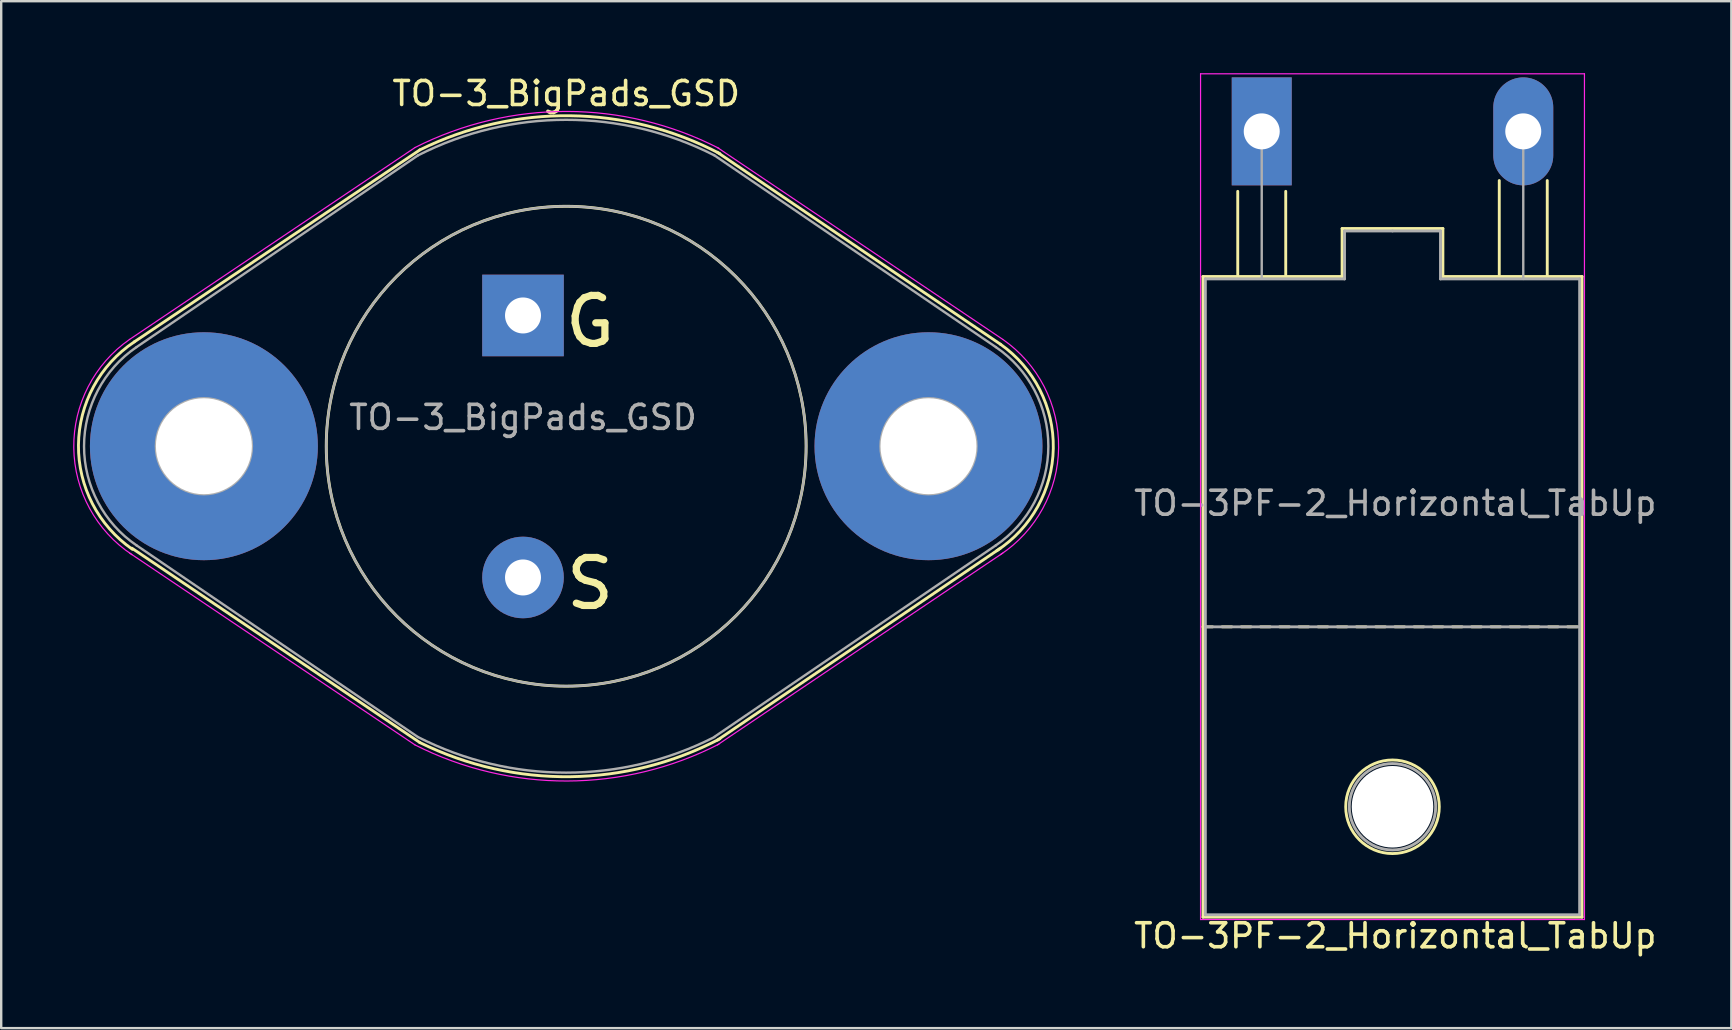
<source format=kicad_pcb>
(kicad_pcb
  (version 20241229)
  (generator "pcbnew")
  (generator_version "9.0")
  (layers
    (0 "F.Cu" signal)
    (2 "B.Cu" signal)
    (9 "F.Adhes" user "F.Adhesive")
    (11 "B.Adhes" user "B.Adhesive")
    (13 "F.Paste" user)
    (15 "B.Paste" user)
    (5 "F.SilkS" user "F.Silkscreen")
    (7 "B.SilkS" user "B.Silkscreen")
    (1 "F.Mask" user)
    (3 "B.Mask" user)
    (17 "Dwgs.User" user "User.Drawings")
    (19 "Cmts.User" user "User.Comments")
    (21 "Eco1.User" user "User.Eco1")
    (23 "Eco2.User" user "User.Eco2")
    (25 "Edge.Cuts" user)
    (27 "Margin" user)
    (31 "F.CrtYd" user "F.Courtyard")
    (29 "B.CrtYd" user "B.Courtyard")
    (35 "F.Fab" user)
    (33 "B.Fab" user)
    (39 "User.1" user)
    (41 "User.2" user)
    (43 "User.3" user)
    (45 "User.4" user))
  (footprint "TO-3_BigPads_GSD"
    (layer "F.Cu")
    (at 18.748 10.098)
    (property "Reference" "TO-3_BigPads_GSD" (at 1.8 -9.25 0) (layer "F.SilkS") (effects (font (size 1 1) (thickness 0.15))))
    (fp_line (start -4.3 -6.9) (end -16.2 1.1) (stroke (width 0.12) (type solid)) (layer "F.SilkS"))
    (fp_line (start -4.3 17.8) (end -16.3 9.7) (stroke (width 0.12) (type solid)) (layer "F.SilkS"))
    (fp_line (start 8.1 -6.8) (end 19.9 1.2) (stroke (width 0.12) (type solid)) (layer "F.SilkS"))
    (fp_line (start 8.1 17.7) (end 19.9 9.7) (stroke (width 0.12) (type solid)) (layer "F.SilkS"))
    (fp_arc (start -16.276967 9.747694) (mid -18.527843 5.403471) (end -16.2 1.1) (stroke (width 0.12) (type solid)) (layer "F.SilkS"))
    (fp_arc (start -4.3 -6.9) (mid 1.971643 -8.323273) (end 8.20587 -6.744152) (stroke (width 0.12) (type solid)) (layer "F.SilkS"))
    (fp_arc (start 8.20587 17.644152) (mid 1.971643 19.223273) (end -4.3 17.8) (stroke (width 0.12) (type solid)) (layer "F.SilkS"))
    (fp_arc (start 19.9 1.2) (mid 22.101343 5.542388) (end 19.747176 9.803859) (stroke (width 0.12) (type solid)) (layer "F.SilkS"))
    (fp_circle (center 1.8 5.45) (end 11.8 5.4) (stroke (width 0.12) (type solid)) (fill no) (layer "F.SilkS"))
    (fp_line (start -4.5 -7) (end -16.4 1) (stroke (width 0.05) (type solid)) (layer "F.CrtYd"))
    (fp_line (start -4.5 17.9) (end -16.4 9.9) (stroke (width 0.05) (type solid)) (layer "F.CrtYd"))
    (fp_line (start 8.1 -7) (end 20 1) (stroke (width 0.05) (type solid)) (layer "F.CrtYd"))
    (fp_line (start 8.1 17.9) (end 20 9.9) (stroke (width 0.05) (type solid)) (layer "F.CrtYd"))
    (fp_arc (start -16.296319 9.970461) (mid -18.722967 5.512679) (end -16.4 1) (stroke (width 0.05) (type solid)) (layer "F.CrtYd"))
    (fp_arc (start -4.5 -7) (mid 1.83884 -8.503171) (end 8.169214 -6.964733) (stroke (width 0.05) (type solid)) (layer "F.CrtYd"))
    (fp_arc (start 8.169214 17.864733) (mid 1.83884 19.403171) (end -4.5 17.9) (stroke (width 0.05) (type solid)) (layer "F.CrtYd"))
    (fp_arc (start 20 1) (mid 22.322967 5.512679) (end 19.896319 9.970461) (stroke (width 0.05) (type solid)) (layer "F.CrtYd"))
    (fp_line (start -4.38 -6.67) (end -16.11 1.32) (stroke (width 0.1) (type solid)) (layer "F.Fab"))
    (fp_line (start -4.38 17.57) (end -16.11 9.58) (stroke (width 0.1) (type solid)) (layer "F.Fab"))
    (fp_line (start 7.98 -6.67) (end 19.71 1.32) (stroke (width 0.1) (type solid)) (layer "F.Fab"))
    (fp_line (start 7.98 17.56) (end 19.71 9.58) (stroke (width 0.1) (type solid)) (layer "F.Fab"))
    (fp_arc (start -16.105547 9.583026) (mid -18.295297 5.452692) (end -16.11 1.32) (stroke (width 0.1) (type solid)) (layer "F.Fab"))
    (fp_arc (start -4.38 -6.67) (mid 1.795945 -8.15466) (end 7.972773 -6.673682) (stroke (width 0.1) (type solid)) (layer "F.Fab"))
    (fp_arc (start 7.972773 17.573682) (mid 1.795945 19.05466) (end -4.38 17.57) (stroke (width 0.1) (type solid)) (layer "F.Fab"))
    (fp_arc (start 19.71 1.32) (mid 21.895297 5.452692) (end 19.705547 9.583026) (stroke (width 0.1) (type solid)) (layer "F.Fab"))
    (fp_circle (center -13.3 5.45) (end -15.3 5.45) (stroke (width 0.1) (type solid)) (fill no) (layer "F.Fab"))
    (fp_circle (center 1.8 5.45) (end 11.8 5.45) (stroke (width 0.1) (type solid)) (fill no) (layer "F.Fab"))
    (fp_circle (center 16.9 5.45) (end 18.9 5.45) (stroke (width 0.1) (type solid)) (fill no) (layer "F.Fab"))
    (fp_text user "G" (at 2.794 0.254 0) (unlocked yes) (layer "F.SilkS") (effects (font (size 2 2) (thickness 0.3))))
    (fp_text user "S" (at 2.794 11.176 0) (unlocked yes) (layer "F.SilkS") (effects (font (size 2 2) (thickness 0.3))))
    (fp_text user "${REFERENCE}" (at 0 4.25 0) (layer "F.Fab") (effects (font (size 1 1) (thickness 0.15))))
    (pad "1" thru_hole rect (at 0 0) (size 3.4 3.4) (drill 1.5) (layers "*.Cu" "*.Mask"))
    (pad "2" thru_hole circle (at 0 10.92) (size 3.4 3.4) (drill 1.5) (layers "*.Cu" "*.Mask"))
    (pad "3" thru_hole circle (at -13.3 5.45) (size 9.5 9.5) (drill 4) (layers "*.Cu" "*.Mask"))
    (pad "3" thru_hole circle (at 16.9 5.45) (size 9.5 9.5) (drill 4) (layers "*.Cu" "*.Mask")))
  (footprint "TO-3PF-2_Horizontal_TabUp"
    (layer "F.Cu")
    (at 49.537 2.425)
    (property "Reference" "TO-3PF-2_Horizontal_TabUp" (at 5.566 33.528 180) (layer "F.SilkS") (effects (font (size 1 1) (thickness 0.15))))
    (attr through_hole)
    (fp_line (start -2.45 6.05) (end 3.35 6.05) (stroke (width 0.12) (type solid)) (layer "F.SilkS"))
    (fp_line (start -2.45 20.65) (end -2.05 20.65) (stroke (width 0.12) (type solid)) (layer "F.SilkS"))
    (fp_line (start -2.45 32.75) (end -2.45 6.05) (stroke (width 0.12) (type solid)) (layer "F.SilkS"))
    (fp_line (start -1.65 20.65) (end -1.25 20.65) (stroke (width 0.12) (type solid)) (layer "F.SilkS"))
    (fp_line (start -1 6) (end -1 2.5) (stroke (width 0.12) (type solid)) (layer "F.SilkS"))
    (fp_line (start -0.85 20.65) (end -0.45 20.65) (stroke (width 0.12) (type solid)) (layer "F.SilkS"))
    (fp_line (start -0.05 20.65) (end 0.35 20.65) (stroke (width 0.12) (type solid)) (layer "F.SilkS"))
    (fp_line (start 0.75 20.65) (end 1.15 20.65) (stroke (width 0.12) (type solid)) (layer "F.SilkS"))
    (fp_line (start 1 6) (end 1 2.5) (stroke (width 0.12) (type solid)) (layer "F.SilkS"))
    (fp_line (start 1.55 20.65) (end 1.95 20.65) (stroke (width 0.12) (type solid)) (layer "F.SilkS"))
    (fp_line (start 2.35 20.65) (end 2.75 20.65) (stroke (width 0.12) (type solid)) (layer "F.SilkS"))
    (fp_line (start 3.15 20.65) (end 3.55 20.65) (stroke (width 0.12) (type solid)) (layer "F.SilkS"))
    (fp_line (start 3.35 4.05) (end 7.55 4.05) (stroke (width 0.12) (type solid)) (layer "F.SilkS"))
    (fp_line (start 3.35 6.05) (end 3.35 4.05) (stroke (width 0.12) (type solid)) (layer "F.SilkS"))
    (fp_line (start 3.95 20.65) (end 4.35 20.65) (stroke (width 0.12) (type solid)) (layer "F.SilkS"))
    (fp_line (start 4.75 20.65) (end 5.15 20.65) (stroke (width 0.12) (type solid)) (layer "F.SilkS"))
    (fp_line (start 5.55 20.65) (end 5.95 20.65) (stroke (width 0.12) (type solid)) (layer "F.SilkS"))
    (fp_line (start 6.35 20.65) (end 6.75 20.65) (stroke (width 0.12) (type solid)) (layer "F.SilkS"))
    (fp_line (start 7.15 20.65) (end 7.55 20.65) (stroke (width 0.12) (type solid)) (layer "F.SilkS"))
    (fp_line (start 7.55 4.05) (end 7.55 6.05) (stroke (width 0.12) (type solid)) (layer "F.SilkS"))
    (fp_line (start 7.55 6.05) (end 13.35 6.05) (stroke (width 0.12) (type solid)) (layer "F.SilkS"))
    (fp_line (start 7.95 20.65) (end 8.35 20.65) (stroke (width 0.12) (type solid)) (layer "F.SilkS"))
    (fp_line (start 8.75 20.65) (end 9.15 20.65) (stroke (width 0.12) (type solid)) (layer "F.SilkS"))
    (fp_line (start 9.55 20.65) (end 9.95 20.65) (stroke (width 0.12) (type solid)) (layer "F.SilkS"))
    (fp_line (start 9.9 6) (end 9.9 2.05) (stroke (width 0.12) (type solid)) (layer "F.SilkS"))
    (fp_line (start 10.35 20.65) (end 10.75 20.65) (stroke (width 0.12) (type solid)) (layer "F.SilkS"))
    (fp_line (start 11.15 20.65) (end 11.55 20.65) (stroke (width 0.12) (type solid)) (layer "F.SilkS"))
    (fp_line (start 11.9 6) (end 11.9 2.05) (stroke (width 0.12) (type solid)) (layer "F.SilkS"))
    (fp_line (start 11.95 20.65) (end 12.35 20.65) (stroke (width 0.12) (type solid)) (layer "F.SilkS"))
    (fp_line (start 12.75 20.65) (end 13.15 20.65) (stroke (width 0.12) (type solid)) (layer "F.SilkS"))
    (fp_line (start 13.35 6.05) (end 13.35 32.75) (stroke (width 0.12) (type solid)) (layer "F.SilkS"))
    (fp_line (start 13.35 32.75) (end -2.45 32.75) (stroke (width 0.12) (type solid)) (layer "F.SilkS"))
    (fp_circle (center 5.45 28.15) (end 3.5 28.15) (stroke (width 0.12) (type solid)) (fill no) (layer "F.SilkS"))
    (fp_line (start -2.55 -2.4) (end -2.55 32.85) (stroke (width 0.05) (type solid)) (layer "F.CrtYd"))
    (fp_line (start -2.55 32.85) (end 13.45 32.85) (stroke (width 0.05) (type solid)) (layer "F.CrtYd"))
    (fp_line (start 13.45 -2.4) (end -2.55 -2.4) (stroke (width 0.05) (type solid)) (layer "F.CrtYd"))
    (fp_line (start 13.45 32.85) (end 13.45 -2.4) (stroke (width 0.05) (type solid)) (layer "F.CrtYd"))
    (fp_line (start -2.35 6.15) (end 3.45 6.15) (stroke (width 0.12) (type solid)) (layer "F.Fab"))
    (fp_line (start -2.35 32.65) (end -2.35 6.15) (stroke (width 0.12) (type solid)) (layer "F.Fab"))
    (fp_line (start 0 6.1) (end 0 0) (stroke (width 0.1) (type solid)) (layer "F.Fab"))
    (fp_line (start 3.45 4.15) (end 3.45 6.15) (stroke (width 0.12) (type solid)) (layer "F.Fab"))
    (fp_line (start 5.45 4.15) (end 3.45 4.15) (stroke (width 0.12) (type solid)) (layer "F.Fab"))
    (fp_line (start 5.45 4.15) (end 7.45 4.15) (stroke (width 0.12) (type solid)) (layer "F.Fab"))
    (fp_line (start 7.45 4.15) (end 7.45 6.15) (stroke (width 0.12) (type solid)) (layer "F.Fab"))
    (fp_line (start 7.45 6.15) (end 13.25 6.15) (stroke (width 0.12) (type solid)) (layer "F.Fab"))
    (fp_line (start 10.9 0) (end 10.9 6.15) (stroke (width 0.1) (type solid)) (layer "F.Fab"))
    (fp_line (start 13.25 6.15) (end 13.25 32.65) (stroke (width 0.12) (type solid)) (layer "F.Fab"))
    (fp_line (start 13.25 20.65) (end -2.35 20.65) (stroke (width 0.12) (type solid)) (layer "F.Fab"))
    (fp_line (start 13.25 32.65) (end -2.35 32.65) (stroke (width 0.12) (type solid)) (layer "F.Fab"))
    (fp_circle (center 5.45 28.15) (end 3.65 28.15) (stroke (width 0.12) (type solid)) (fill no) (layer "F.Fab"))
    (fp_text user "${REFERENCE}" (at 5.566 15.5 180) (layer "F.Fab") (effects (font (size 1 1) (thickness 0.15))))
    (pad "" np_thru_hole circle (at 5.45 28.15) (size 3.4 3.4) (drill 3.4) (layers "*.Cu" "*.Mask"))
    (pad "1" thru_hole rect (at 0 0) (size 2.5 4.5) (drill 1.5) (layers "*.Cu" "*.Mask"))
    (pad "2" thru_hole oval (at 10.9 0) (size 2.5 4.5) (drill 1.5) (layers "*.Cu" "*.Mask")))
  (gr_rect
    (start -3 -3)
    (end 69.109 39.801)
    (stroke (width 0.1) (type default))
    (fill no)
    (layer "Edge.Cuts")))
</source>
